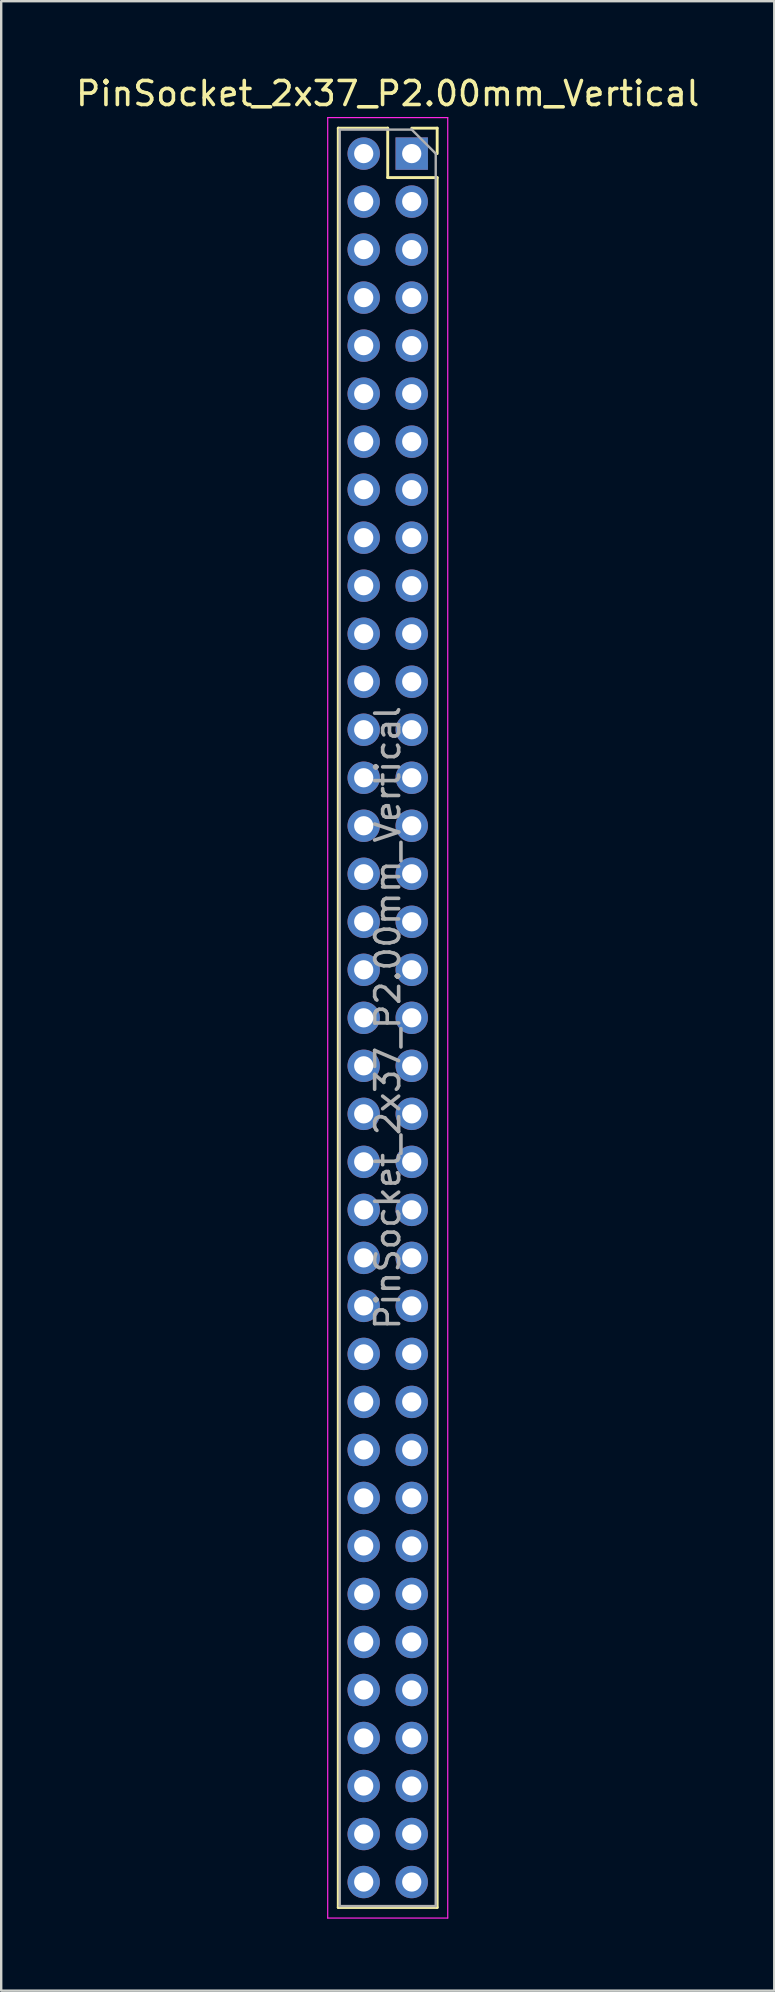
<source format=kicad_pcb>
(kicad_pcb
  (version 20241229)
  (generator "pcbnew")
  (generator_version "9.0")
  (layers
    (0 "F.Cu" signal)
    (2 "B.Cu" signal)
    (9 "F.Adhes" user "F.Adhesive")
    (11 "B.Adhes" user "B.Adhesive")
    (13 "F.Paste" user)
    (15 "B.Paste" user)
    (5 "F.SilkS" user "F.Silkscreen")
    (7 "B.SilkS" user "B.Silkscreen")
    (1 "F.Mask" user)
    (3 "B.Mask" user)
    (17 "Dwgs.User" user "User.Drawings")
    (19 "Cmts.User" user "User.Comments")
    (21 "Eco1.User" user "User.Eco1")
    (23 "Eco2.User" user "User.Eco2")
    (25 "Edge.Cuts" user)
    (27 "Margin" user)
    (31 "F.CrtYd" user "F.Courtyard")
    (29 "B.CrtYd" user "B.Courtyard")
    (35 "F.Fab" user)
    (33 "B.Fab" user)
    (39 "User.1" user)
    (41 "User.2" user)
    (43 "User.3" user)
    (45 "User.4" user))
  (footprint "PinSocket_2x37_P2.00mm_Vertical"
    (layer "F.Cu")
    (at 14.101 3.348)
    (property "Reference" "PinSocket_2x37_P2.00mm_Vertical" (at -1 -2.5 0) (layer "F.SilkS") (effects (font (size 1 1) (thickness 0.15))))
    (attr through_hole)
    (fp_line (start -3.06 -1.06) (end -3.06 73.06) (stroke (width 0.12) (type solid)) (layer "F.SilkS"))
    (fp_line (start -3.06 -1.06) (end -1 -1.06) (stroke (width 0.12) (type solid)) (layer "F.SilkS"))
    (fp_line (start -3.06 73.06) (end 1.06 73.06) (stroke (width 0.12) (type solid)) (layer "F.SilkS"))
    (fp_line (start -1 -1.06) (end -1 1) (stroke (width 0.12) (type solid)) (layer "F.SilkS"))
    (fp_line (start -1 1) (end 1.06 1) (stroke (width 0.12) (type solid)) (layer "F.SilkS"))
    (fp_line (start 0 -1.06) (end 1.06 -1.06) (stroke (width 0.12) (type solid)) (layer "F.SilkS"))
    (fp_line (start 1.06 -1.06) (end 1.06 0) (stroke (width 0.12) (type solid)) (layer "F.SilkS"))
    (fp_line (start 1.06 1) (end 1.06 73.06) (stroke (width 0.12) (type solid)) (layer "F.SilkS"))
    (fp_line (start -3.5 -1.5) (end 1.5 -1.5) (stroke (width 0.05) (type solid)) (layer "F.CrtYd"))
    (fp_line (start -3.5 73.5) (end -3.5 -1.5) (stroke (width 0.05) (type solid)) (layer "F.CrtYd"))
    (fp_line (start 1.5 -1.5) (end 1.5 73.5) (stroke (width 0.05) (type solid)) (layer "F.CrtYd"))
    (fp_line (start 1.5 73.5) (end -3.5 73.5) (stroke (width 0.05) (type solid)) (layer "F.CrtYd"))
    (fp_line (start -3 -1) (end 0 -1) (stroke (width 0.1) (type solid)) (layer "F.Fab"))
    (fp_line (start -3 73) (end -3 -1) (stroke (width 0.1) (type solid)) (layer "F.Fab"))
    (fp_line (start 0 -1) (end 1 0) (stroke (width 0.1) (type solid)) (layer "F.Fab"))
    (fp_line (start 1 0) (end 1 73) (stroke (width 0.1) (type solid)) (layer "F.Fab"))
    (fp_line (start 1 73) (end -3 73) (stroke (width 0.1) (type solid)) (layer "F.Fab"))
    (fp_text user "${REFERENCE}" (at -1 36 90) (layer "F.Fab") (effects (font (size 1 1) (thickness 0.15))))
    (pad "1" thru_hole rect (at 0 0) (size 1.35 1.35) (drill 0.8) (layers "*.Cu" "*.Mask"))
    (pad "2" thru_hole circle (at -2 0) (size 1.35 1.35) (drill 0.8) (layers "*.Cu" "*.Mask"))
    (pad "3" thru_hole circle (at 0 2) (size 1.35 1.35) (drill 0.8) (layers "*.Cu" "*.Mask"))
    (pad "4" thru_hole circle (at -2 2) (size 1.35 1.35) (drill 0.8) (layers "*.Cu" "*.Mask"))
    (pad "5" thru_hole circle (at 0 4) (size 1.35 1.35) (drill 0.8) (layers "*.Cu" "*.Mask"))
    (pad "6" thru_hole circle (at -2 4) (size 1.35 1.35) (drill 0.8) (layers "*.Cu" "*.Mask"))
    (pad "7" thru_hole circle (at 0 6) (size 1.35 1.35) (drill 0.8) (layers "*.Cu" "*.Mask"))
    (pad "8" thru_hole circle (at -2 6) (size 1.35 1.35) (drill 0.8) (layers "*.Cu" "*.Mask"))
    (pad "9" thru_hole circle (at 0 8) (size 1.35 1.35) (drill 0.8) (layers "*.Cu" "*.Mask"))
    (pad "10" thru_hole circle (at -2 8) (size 1.35 1.35) (drill 0.8) (layers "*.Cu" "*.Mask"))
    (pad "11" thru_hole circle (at 0 10) (size 1.35 1.35) (drill 0.8) (layers "*.Cu" "*.Mask"))
    (pad "12" thru_hole circle (at -2 10) (size 1.35 1.35) (drill 0.8) (layers "*.Cu" "*.Mask"))
    (pad "13" thru_hole circle (at 0 12) (size 1.35 1.35) (drill 0.8) (layers "*.Cu" "*.Mask"))
    (pad "14" thru_hole circle (at -2 12) (size 1.35 1.35) (drill 0.8) (layers "*.Cu" "*.Mask"))
    (pad "15" thru_hole circle (at 0 14) (size 1.35 1.35) (drill 0.8) (layers "*.Cu" "*.Mask"))
    (pad "16" thru_hole circle (at -2 14) (size 1.35 1.35) (drill 0.8) (layers "*.Cu" "*.Mask"))
    (pad "17" thru_hole circle (at 0 16) (size 1.35 1.35) (drill 0.8) (layers "*.Cu" "*.Mask"))
    (pad "18" thru_hole circle (at -2 16) (size 1.35 1.35) (drill 0.8) (layers "*.Cu" "*.Mask"))
    (pad "19" thru_hole circle (at 0 18) (size 1.35 1.35) (drill 0.8) (layers "*.Cu" "*.Mask"))
    (pad "20" thru_hole circle (at -2 18) (size 1.35 1.35) (drill 0.8) (layers "*.Cu" "*.Mask"))
    (pad "21" thru_hole circle (at 0 20) (size 1.35 1.35) (drill 0.8) (layers "*.Cu" "*.Mask"))
    (pad "22" thru_hole circle (at -2 20) (size 1.35 1.35) (drill 0.8) (layers "*.Cu" "*.Mask"))
    (pad "23" thru_hole circle (at 0 22) (size 1.35 1.35) (drill 0.8) (layers "*.Cu" "*.Mask"))
    (pad "24" thru_hole circle (at -2 22) (size 1.35 1.35) (drill 0.8) (layers "*.Cu" "*.Mask"))
    (pad "25" thru_hole circle (at 0 24) (size 1.35 1.35) (drill 0.8) (layers "*.Cu" "*.Mask"))
    (pad "26" thru_hole circle (at -2 24) (size 1.35 1.35) (drill 0.8) (layers "*.Cu" "*.Mask"))
    (pad "27" thru_hole circle (at 0 26) (size 1.35 1.35) (drill 0.8) (layers "*.Cu" "*.Mask"))
    (pad "28" thru_hole circle (at -2 26) (size 1.35 1.35) (drill 0.8) (layers "*.Cu" "*.Mask"))
    (pad "29" thru_hole circle (at 0 28) (size 1.35 1.35) (drill 0.8) (layers "*.Cu" "*.Mask"))
    (pad "30" thru_hole circle (at -2 28) (size 1.35 1.35) (drill 0.8) (layers "*.Cu" "*.Mask"))
    (pad "31" thru_hole circle (at 0 30) (size 1.35 1.35) (drill 0.8) (layers "*.Cu" "*.Mask"))
    (pad "32" thru_hole circle (at -2 30) (size 1.35 1.35) (drill 0.8) (layers "*.Cu" "*.Mask"))
    (pad "33" thru_hole circle (at 0 32) (size 1.35 1.35) (drill 0.8) (layers "*.Cu" "*.Mask"))
    (pad "34" thru_hole circle (at -2 32) (size 1.35 1.35) (drill 0.8) (layers "*.Cu" "*.Mask"))
    (pad "35" thru_hole circle (at 0 34) (size 1.35 1.35) (drill 0.8) (layers "*.Cu" "*.Mask"))
    (pad "36" thru_hole circle (at -2 34) (size 1.35 1.35) (drill 0.8) (layers "*.Cu" "*.Mask"))
    (pad "37" thru_hole circle (at 0 36) (size 1.35 1.35) (drill 0.8) (layers "*.Cu" "*.Mask"))
    (pad "38" thru_hole circle (at -2 36) (size 1.35 1.35) (drill 0.8) (layers "*.Cu" "*.Mask"))
    (pad "39" thru_hole circle (at 0 38) (size 1.35 1.35) (drill 0.8) (layers "*.Cu" "*.Mask"))
    (pad "40" thru_hole circle (at -2 38) (size 1.35 1.35) (drill 0.8) (layers "*.Cu" "*.Mask"))
    (pad "41" thru_hole circle (at 0 40) (size 1.35 1.35) (drill 0.8) (layers "*.Cu" "*.Mask"))
    (pad "42" thru_hole circle (at -2 40) (size 1.35 1.35) (drill 0.8) (layers "*.Cu" "*.Mask"))
    (pad "43" thru_hole circle (at 0 42) (size 1.35 1.35) (drill 0.8) (layers "*.Cu" "*.Mask"))
    (pad "44" thru_hole circle (at -2 42) (size 1.35 1.35) (drill 0.8) (layers "*.Cu" "*.Mask"))
    (pad "45" thru_hole circle (at 0 44) (size 1.35 1.35) (drill 0.8) (layers "*.Cu" "*.Mask"))
    (pad "46" thru_hole circle (at -2 44) (size 1.35 1.35) (drill 0.8) (layers "*.Cu" "*.Mask"))
    (pad "47" thru_hole circle (at 0 46) (size 1.35 1.35) (drill 0.8) (layers "*.Cu" "*.Mask"))
    (pad "48" thru_hole circle (at -2 46) (size 1.35 1.35) (drill 0.8) (layers "*.Cu" "*.Mask"))
    (pad "49" thru_hole circle (at 0 48) (size 1.35 1.35) (drill 0.8) (layers "*.Cu" "*.Mask"))
    (pad "50" thru_hole circle (at -2 48) (size 1.35 1.35) (drill 0.8) (layers "*.Cu" "*.Mask"))
    (pad "51" thru_hole circle (at 0 50) (size 1.35 1.35) (drill 0.8) (layers "*.Cu" "*.Mask"))
    (pad "52" thru_hole circle (at -2 50) (size 1.35 1.35) (drill 0.8) (layers "*.Cu" "*.Mask"))
    (pad "53" thru_hole circle (at 0 52) (size 1.35 1.35) (drill 0.8) (layers "*.Cu" "*.Mask"))
    (pad "54" thru_hole circle (at -2 52) (size 1.35 1.35) (drill 0.8) (layers "*.Cu" "*.Mask"))
    (pad "55" thru_hole circle (at 0 54) (size 1.35 1.35) (drill 0.8) (layers "*.Cu" "*.Mask"))
    (pad "56" thru_hole circle (at -2 54) (size 1.35 1.35) (drill 0.8) (layers "*.Cu" "*.Mask"))
    (pad "57" thru_hole circle (at 0 56) (size 1.35 1.35) (drill 0.8) (layers "*.Cu" "*.Mask"))
    (pad "58" thru_hole circle (at -2 56) (size 1.35 1.35) (drill 0.8) (layers "*.Cu" "*.Mask"))
    (pad "59" thru_hole circle (at 0 58) (size 1.35 1.35) (drill 0.8) (layers "*.Cu" "*.Mask"))
    (pad "60" thru_hole circle (at -2 58) (size 1.35 1.35) (drill 0.8) (layers "*.Cu" "*.Mask"))
    (pad "61" thru_hole circle (at 0 60) (size 1.35 1.35) (drill 0.8) (layers "*.Cu" "*.Mask"))
    (pad "62" thru_hole circle (at -2 60) (size 1.35 1.35) (drill 0.8) (layers "*.Cu" "*.Mask"))
    (pad "63" thru_hole circle (at 0 62) (size 1.35 1.35) (drill 0.8) (layers "*.Cu" "*.Mask"))
    (pad "64" thru_hole circle (at -2 62) (size 1.35 1.35) (drill 0.8) (layers "*.Cu" "*.Mask"))
    (pad "65" thru_hole circle (at 0 64) (size 1.35 1.35) (drill 0.8) (layers "*.Cu" "*.Mask"))
    (pad "66" thru_hole circle (at -2 64) (size 1.35 1.35) (drill 0.8) (layers "*.Cu" "*.Mask"))
    (pad "67" thru_hole circle (at 0 66) (size 1.35 1.35) (drill 0.8) (layers "*.Cu" "*.Mask"))
    (pad "68" thru_hole circle (at -2 66) (size 1.35 1.35) (drill 0.8) (layers "*.Cu" "*.Mask"))
    (pad "69" thru_hole circle (at 0 68) (size 1.35 1.35) (drill 0.8) (layers "*.Cu" "*.Mask"))
    (pad "70" thru_hole circle (at -2 68) (size 1.35 1.35) (drill 0.8) (layers "*.Cu" "*.Mask"))
    (pad "71" thru_hole circle (at 0 70) (size 1.35 1.35) (drill 0.8) (layers "*.Cu" "*.Mask"))
    (pad "72" thru_hole circle (at -2 70) (size 1.35 1.35) (drill 0.8) (layers "*.Cu" "*.Mask"))
    (pad "73" thru_hole circle (at 0 72) (size 1.35 1.35) (drill 0.8) (layers "*.Cu" "*.Mask"))
    (pad "74" thru_hole circle (at -2 72) (size 1.35 1.35) (drill 0.8) (layers "*.Cu" "*.Mask")))
  (gr_rect
    (start -3 -3)
    (end 29.202 79.873)
    (stroke (width 0.1) (type default))
    (fill no)
    (layer "Edge.Cuts")))
</source>
